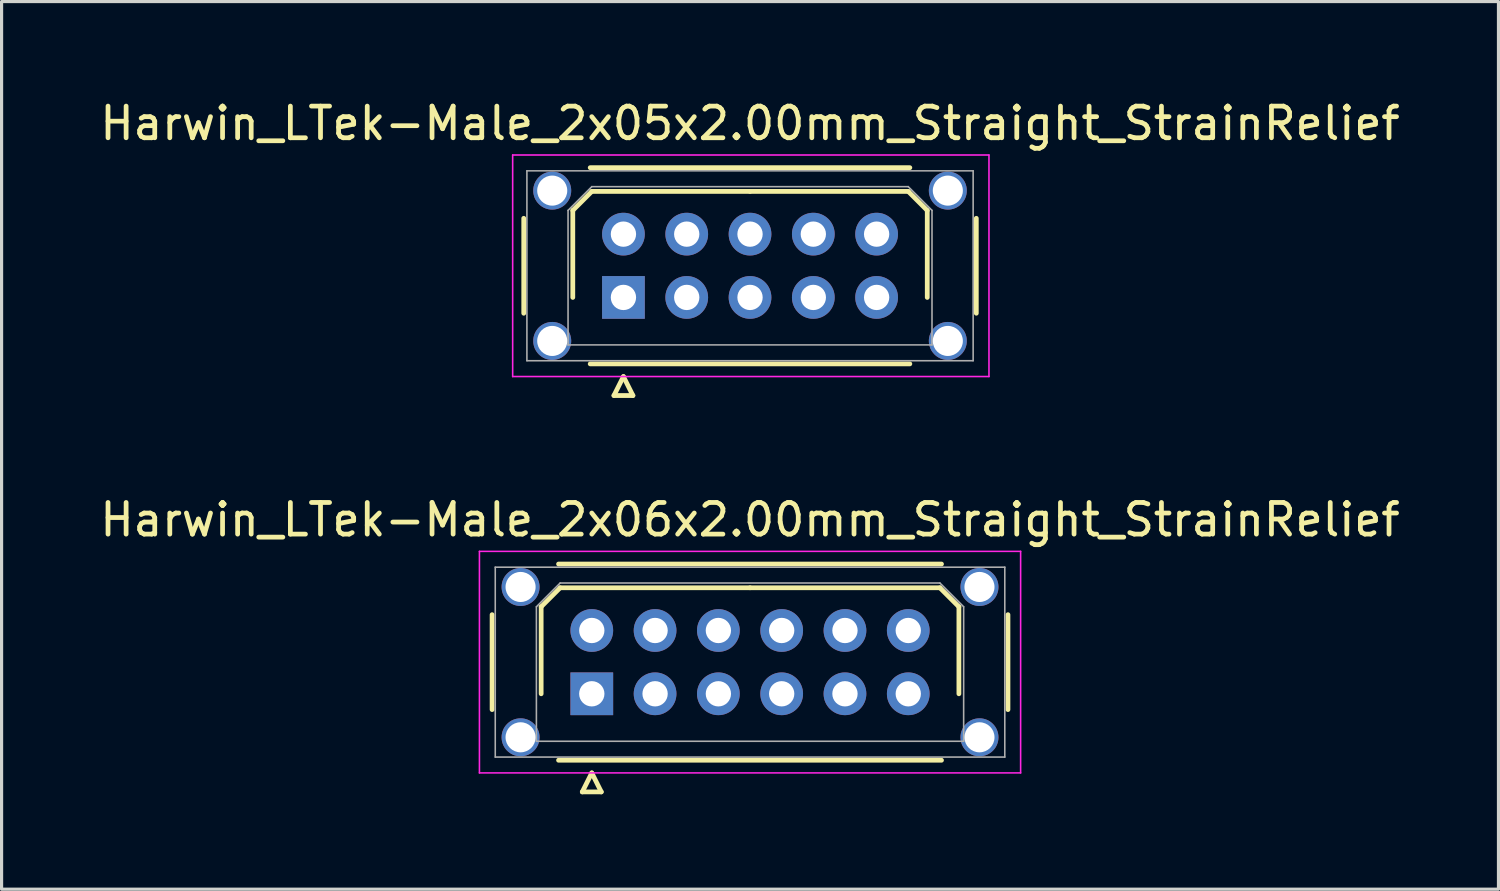
<source format=kicad_pcb>
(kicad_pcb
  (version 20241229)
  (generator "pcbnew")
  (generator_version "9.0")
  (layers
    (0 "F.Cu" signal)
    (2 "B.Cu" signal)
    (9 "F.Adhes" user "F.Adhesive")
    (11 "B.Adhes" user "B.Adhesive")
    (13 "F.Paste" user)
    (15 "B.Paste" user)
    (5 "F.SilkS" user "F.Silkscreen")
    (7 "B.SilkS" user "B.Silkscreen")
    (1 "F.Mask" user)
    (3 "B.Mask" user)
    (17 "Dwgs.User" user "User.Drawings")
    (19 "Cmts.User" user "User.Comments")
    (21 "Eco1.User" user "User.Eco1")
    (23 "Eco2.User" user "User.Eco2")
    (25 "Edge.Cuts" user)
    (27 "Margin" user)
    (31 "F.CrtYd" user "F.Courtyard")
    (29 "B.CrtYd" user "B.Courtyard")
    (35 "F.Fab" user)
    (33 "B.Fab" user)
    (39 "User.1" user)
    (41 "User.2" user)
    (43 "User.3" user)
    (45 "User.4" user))
  (footprint "Harwin_LTek-Male_2x05x2.00mm_Straight_StrainRelief"
    (layer "F.Cu")
    (at 16.649 6.348)
    (property "Reference" "Harwin_LTek-Male_2x05x2.00mm_Straight_StrainRelief" (at 4 -5.5 0) (layer "F.SilkS") (effects (font (size 1 1) (thickness 0.15))))
    (attr through_hole)
    (fp_line (start -3.15 -2.5) (end -3.15 0.5) (stroke (width 0.15) (type solid)) (layer "F.SilkS"))
    (fp_line (start -1.6 -2.75) (end -1 -3.35) (stroke (width 0.15) (type solid)) (layer "F.SilkS"))
    (fp_line (start -1.6 0) (end -1.6 -2.75) (stroke (width 0.15) (type solid)) (layer "F.SilkS"))
    (fp_line (start -1.05 -4.1) (end 9.05 -4.1) (stroke (width 0.15) (type solid)) (layer "F.SilkS"))
    (fp_line (start -1.05 2.1) (end 9.05 2.1) (stroke (width 0.15) (type solid)) (layer "F.SilkS"))
    (fp_line (start -1 -3.35) (end 4 -3.35) (stroke (width 0.15) (type solid)) (layer "F.SilkS"))
    (fp_line (start -0.3 3.1) (end 0.3 3.1) (stroke (width 0.15) (type solid)) (layer "F.SilkS"))
    (fp_line (start 0 2.5) (end -0.3 3.1) (stroke (width 0.15) (type solid)) (layer "F.SilkS"))
    (fp_line (start 0.3 3.1) (end 0 2.5) (stroke (width 0.15) (type solid)) (layer "F.SilkS"))
    (fp_line (start 9 -3.35) (end 4 -3.35) (stroke (width 0.15) (type solid)) (layer "F.SilkS"))
    (fp_line (start 9.6 -2.75) (end 9 -3.35) (stroke (width 0.15) (type solid)) (layer "F.SilkS"))
    (fp_line (start 9.6 0) (end 9.6 -2.75) (stroke (width 0.15) (type solid)) (layer "F.SilkS"))
    (fp_line (start 11.15 -2.5) (end 11.15 0.5) (stroke (width 0.15) (type solid)) (layer "F.SilkS"))
    (fp_line (start -3.5 -4.5) (end -3.5 2.5) (stroke (width 0.05) (type solid)) (layer "F.CrtYd"))
    (fp_line (start -3.5 2.5) (end 11.55 2.5) (stroke (width 0.05) (type solid)) (layer "F.CrtYd"))
    (fp_line (start 11.55 -4.5) (end -3.5 -4.5) (stroke (width 0.05) (type solid)) (layer "F.CrtYd"))
    (fp_line (start 11.55 2.5) (end 11.55 -4.5) (stroke (width 0.05) (type solid)) (layer "F.CrtYd"))
    (fp_line (start -3.05 -4) (end -3.05 2) (stroke (width 0.05) (type solid)) (layer "F.Fab"))
    (fp_line (start -3.05 2) (end 11.05 2) (stroke (width 0.05) (type solid)) (layer "F.Fab"))
    (fp_line (start -1.75 -2.75) (end -1 -3.5) (stroke (width 0.05) (type solid)) (layer "F.Fab"))
    (fp_line (start -1.75 1.5) (end -1.75 -2.75) (stroke (width 0.05) (type solid)) (layer "F.Fab"))
    (fp_line (start -1 -3.5) (end 9 -3.5) (stroke (width 0.05) (type solid)) (layer "F.Fab"))
    (fp_line (start 9 -3.5) (end 9.75 -2.75) (stroke (width 0.05) (type solid)) (layer "F.Fab"))
    (fp_line (start 9.75 -2.75) (end 9.75 1.5) (stroke (width 0.05) (type solid)) (layer "F.Fab"))
    (fp_line (start 9.75 1.5) (end -1.75 1.5) (stroke (width 0.05) (type solid)) (layer "F.Fab"))
    (fp_line (start 11.05 -4) (end -3.05 -4) (stroke (width 0.05) (type solid)) (layer "F.Fab"))
    (fp_line (start 11.05 2) (end 11.05 -4) (stroke (width 0.05) (type solid)) (layer "F.Fab"))
    (pad "" thru_hole circle (at -2.25 -3.375) (size 1.2 1.2) (drill 0.95) (layers "*.Cu" "*.Mask"))
    (pad "" thru_hole circle (at -2.25 1.375) (size 1.2 1.2) (drill 0.95) (layers "*.Cu" "*.Mask"))
    (pad "" thru_hole circle (at 10.25 -3.375) (size 1.2 1.2) (drill 0.95) (layers "*.Cu" "*.Mask"))
    (pad "" thru_hole circle (at 10.25 1.375) (size 1.2 1.2) (drill 0.95) (layers "*.Cu" "*.Mask"))
    (pad "1" thru_hole rect (at 0 0) (size 1.35 1.35) (drill 0.8) (layers "*.Cu" "*.Mask"))
    (pad "2" thru_hole circle (at 0 -2) (size 1.35 1.35) (drill 0.8) (layers "*.Cu" "*.Mask"))
    (pad "3" thru_hole circle (at 2 0) (size 1.35 1.35) (drill 0.8) (layers "*.Cu" "*.Mask"))
    (pad "4" thru_hole circle (at 2 -2) (size 1.35 1.35) (drill 0.8) (layers "*.Cu" "*.Mask"))
    (pad "5" thru_hole circle (at 4 0) (size 1.35 1.35) (drill 0.8) (layers "*.Cu" "*.Mask"))
    (pad "6" thru_hole circle (at 4 -2) (size 1.35 1.35) (drill 0.8) (layers "*.Cu" "*.Mask"))
    (pad "7" thru_hole circle (at 6 0) (size 1.35 1.35) (drill 0.8) (layers "*.Cu" "*.Mask"))
    (pad "8" thru_hole circle (at 6 -2) (size 1.35 1.35) (drill 0.8) (layers "*.Cu" "*.Mask"))
    (pad "9" thru_hole circle (at 8 0) (size 1.35 1.35) (drill 0.8) (layers "*.Cu" "*.Mask"))
    (pad "10" thru_hole circle (at 8 -2) (size 1.35 1.35) (drill 0.8) (layers "*.Cu" "*.Mask")))
  (footprint "Harwin_LTek-Male_2x06x2.00mm_Straight_StrainRelief"
    (layer "F.Cu")
    (at 15.649 18.872)
    (property "Reference" "Harwin_LTek-Male_2x06x2.00mm_Straight_StrainRelief" (at 5 -5.5 0) (layer "F.SilkS") (effects (font (size 1 1) (thickness 0.15))))
    (attr through_hole)
    (fp_line (start -3.15 -2.5) (end -3.15 0.5) (stroke (width 0.15) (type solid)) (layer "F.SilkS"))
    (fp_line (start -1.6 -2.75) (end -1 -3.35) (stroke (width 0.15) (type solid)) (layer "F.SilkS"))
    (fp_line (start -1.6 0) (end -1.6 -2.75) (stroke (width 0.15) (type solid)) (layer "F.SilkS"))
    (fp_line (start -1.05 -4.1) (end 11.05 -4.1) (stroke (width 0.15) (type solid)) (layer "F.SilkS"))
    (fp_line (start -1.05 2.1) (end 11.05 2.1) (stroke (width 0.15) (type solid)) (layer "F.SilkS"))
    (fp_line (start -1 -3.35) (end 5 -3.35) (stroke (width 0.15) (type solid)) (layer "F.SilkS"))
    (fp_line (start -0.3 3.1) (end 0.3 3.1) (stroke (width 0.15) (type solid)) (layer "F.SilkS"))
    (fp_line (start 0 2.5) (end -0.3 3.1) (stroke (width 0.15) (type solid)) (layer "F.SilkS"))
    (fp_line (start 0.3 3.1) (end 0 2.5) (stroke (width 0.15) (type solid)) (layer "F.SilkS"))
    (fp_line (start 11 -3.35) (end 5 -3.35) (stroke (width 0.15) (type solid)) (layer "F.SilkS"))
    (fp_line (start 11.6 -2.75) (end 11 -3.35) (stroke (width 0.15) (type solid)) (layer "F.SilkS"))
    (fp_line (start 11.6 0) (end 11.6 -2.75) (stroke (width 0.15) (type solid)) (layer "F.SilkS"))
    (fp_line (start 13.15 -2.5) (end 13.15 0.5) (stroke (width 0.15) (type solid)) (layer "F.SilkS"))
    (fp_line (start -3.55 -4.5) (end -3.55 2.5) (stroke (width 0.05) (type solid)) (layer "F.CrtYd"))
    (fp_line (start -3.55 2.5) (end 13.55 2.5) (stroke (width 0.05) (type solid)) (layer "F.CrtYd"))
    (fp_line (start 13.55 -4.5) (end -3.55 -4.5) (stroke (width 0.05) (type solid)) (layer "F.CrtYd"))
    (fp_line (start 13.55 2.5) (end 13.55 -4.5) (stroke (width 0.05) (type solid)) (layer "F.CrtYd"))
    (fp_line (start -3.05 -4) (end -3.05 2) (stroke (width 0.05) (type solid)) (layer "F.Fab"))
    (fp_line (start -3.05 2) (end 13.05 2) (stroke (width 0.05) (type solid)) (layer "F.Fab"))
    (fp_line (start -1.75 -2.75) (end -1 -3.5) (stroke (width 0.05) (type solid)) (layer "F.Fab"))
    (fp_line (start -1.75 1.5) (end -1.75 -2.75) (stroke (width 0.05) (type solid)) (layer "F.Fab"))
    (fp_line (start -1 -3.5) (end 11 -3.5) (stroke (width 0.05) (type solid)) (layer "F.Fab"))
    (fp_line (start 11 -3.5) (end 11.75 -2.75) (stroke (width 0.05) (type solid)) (layer "F.Fab"))
    (fp_line (start 11.75 -2.75) (end 11.75 1.5) (stroke (width 0.05) (type solid)) (layer "F.Fab"))
    (fp_line (start 11.75 1.5) (end -1.75 1.5) (stroke (width 0.05) (type solid)) (layer "F.Fab"))
    (fp_line (start 13.05 -4) (end -3.05 -4) (stroke (width 0.05) (type solid)) (layer "F.Fab"))
    (fp_line (start 13.05 2) (end 13.05 -4) (stroke (width 0.05) (type solid)) (layer "F.Fab"))
    (pad "" thru_hole circle (at -2.25 -3.375) (size 1.2 1.2) (drill 0.95) (layers "*.Cu" "*.Mask"))
    (pad "" thru_hole circle (at -2.25 1.375) (size 1.2 1.2) (drill 0.95) (layers "*.Cu" "*.Mask"))
    (pad "" thru_hole circle (at 12.25 -3.375) (size 1.2 1.2) (drill 0.95) (layers "*.Cu" "*.Mask"))
    (pad "" thru_hole circle (at 12.25 1.375) (size 1.2 1.2) (drill 0.95) (layers "*.Cu" "*.Mask"))
    (pad "1" thru_hole rect (at 0 0) (size 1.35 1.35) (drill 0.8) (layers "*.Cu" "*.Mask"))
    (pad "2" thru_hole circle (at 0 -2) (size 1.35 1.35) (drill 0.8) (layers "*.Cu" "*.Mask"))
    (pad "3" thru_hole circle (at 2 0) (size 1.35 1.35) (drill 0.8) (layers "*.Cu" "*.Mask"))
    (pad "4" thru_hole circle (at 2 -2) (size 1.35 1.35) (drill 0.8) (layers "*.Cu" "*.Mask"))
    (pad "5" thru_hole circle (at 4 0) (size 1.35 1.35) (drill 0.8) (layers "*.Cu" "*.Mask"))
    (pad "6" thru_hole circle (at 4 -2) (size 1.35 1.35) (drill 0.8) (layers "*.Cu" "*.Mask"))
    (pad "7" thru_hole circle (at 6 0) (size 1.35 1.35) (drill 0.8) (layers "*.Cu" "*.Mask"))
    (pad "8" thru_hole circle (at 6 -2) (size 1.35 1.35) (drill 0.8) (layers "*.Cu" "*.Mask"))
    (pad "9" thru_hole circle (at 8 0) (size 1.35 1.35) (drill 0.8) (layers "*.Cu" "*.Mask"))
    (pad "10" thru_hole circle (at 8 -2) (size 1.35 1.35) (drill 0.8) (layers "*.Cu" "*.Mask"))
    (pad "11" thru_hole circle (at 10 0) (size 1.35 1.35) (drill 0.8) (layers "*.Cu" "*.Mask"))
    (pad "12" thru_hole circle (at 10 -2) (size 1.35 1.35) (drill 0.8) (layers "*.Cu" "*.Mask")))
  (gr_rect
    (start -3 -3)
    (end 44.298 25.047)
    (stroke (width 0.1) (type default))
    (fill no)
    (layer "Edge.Cuts")))
</source>
